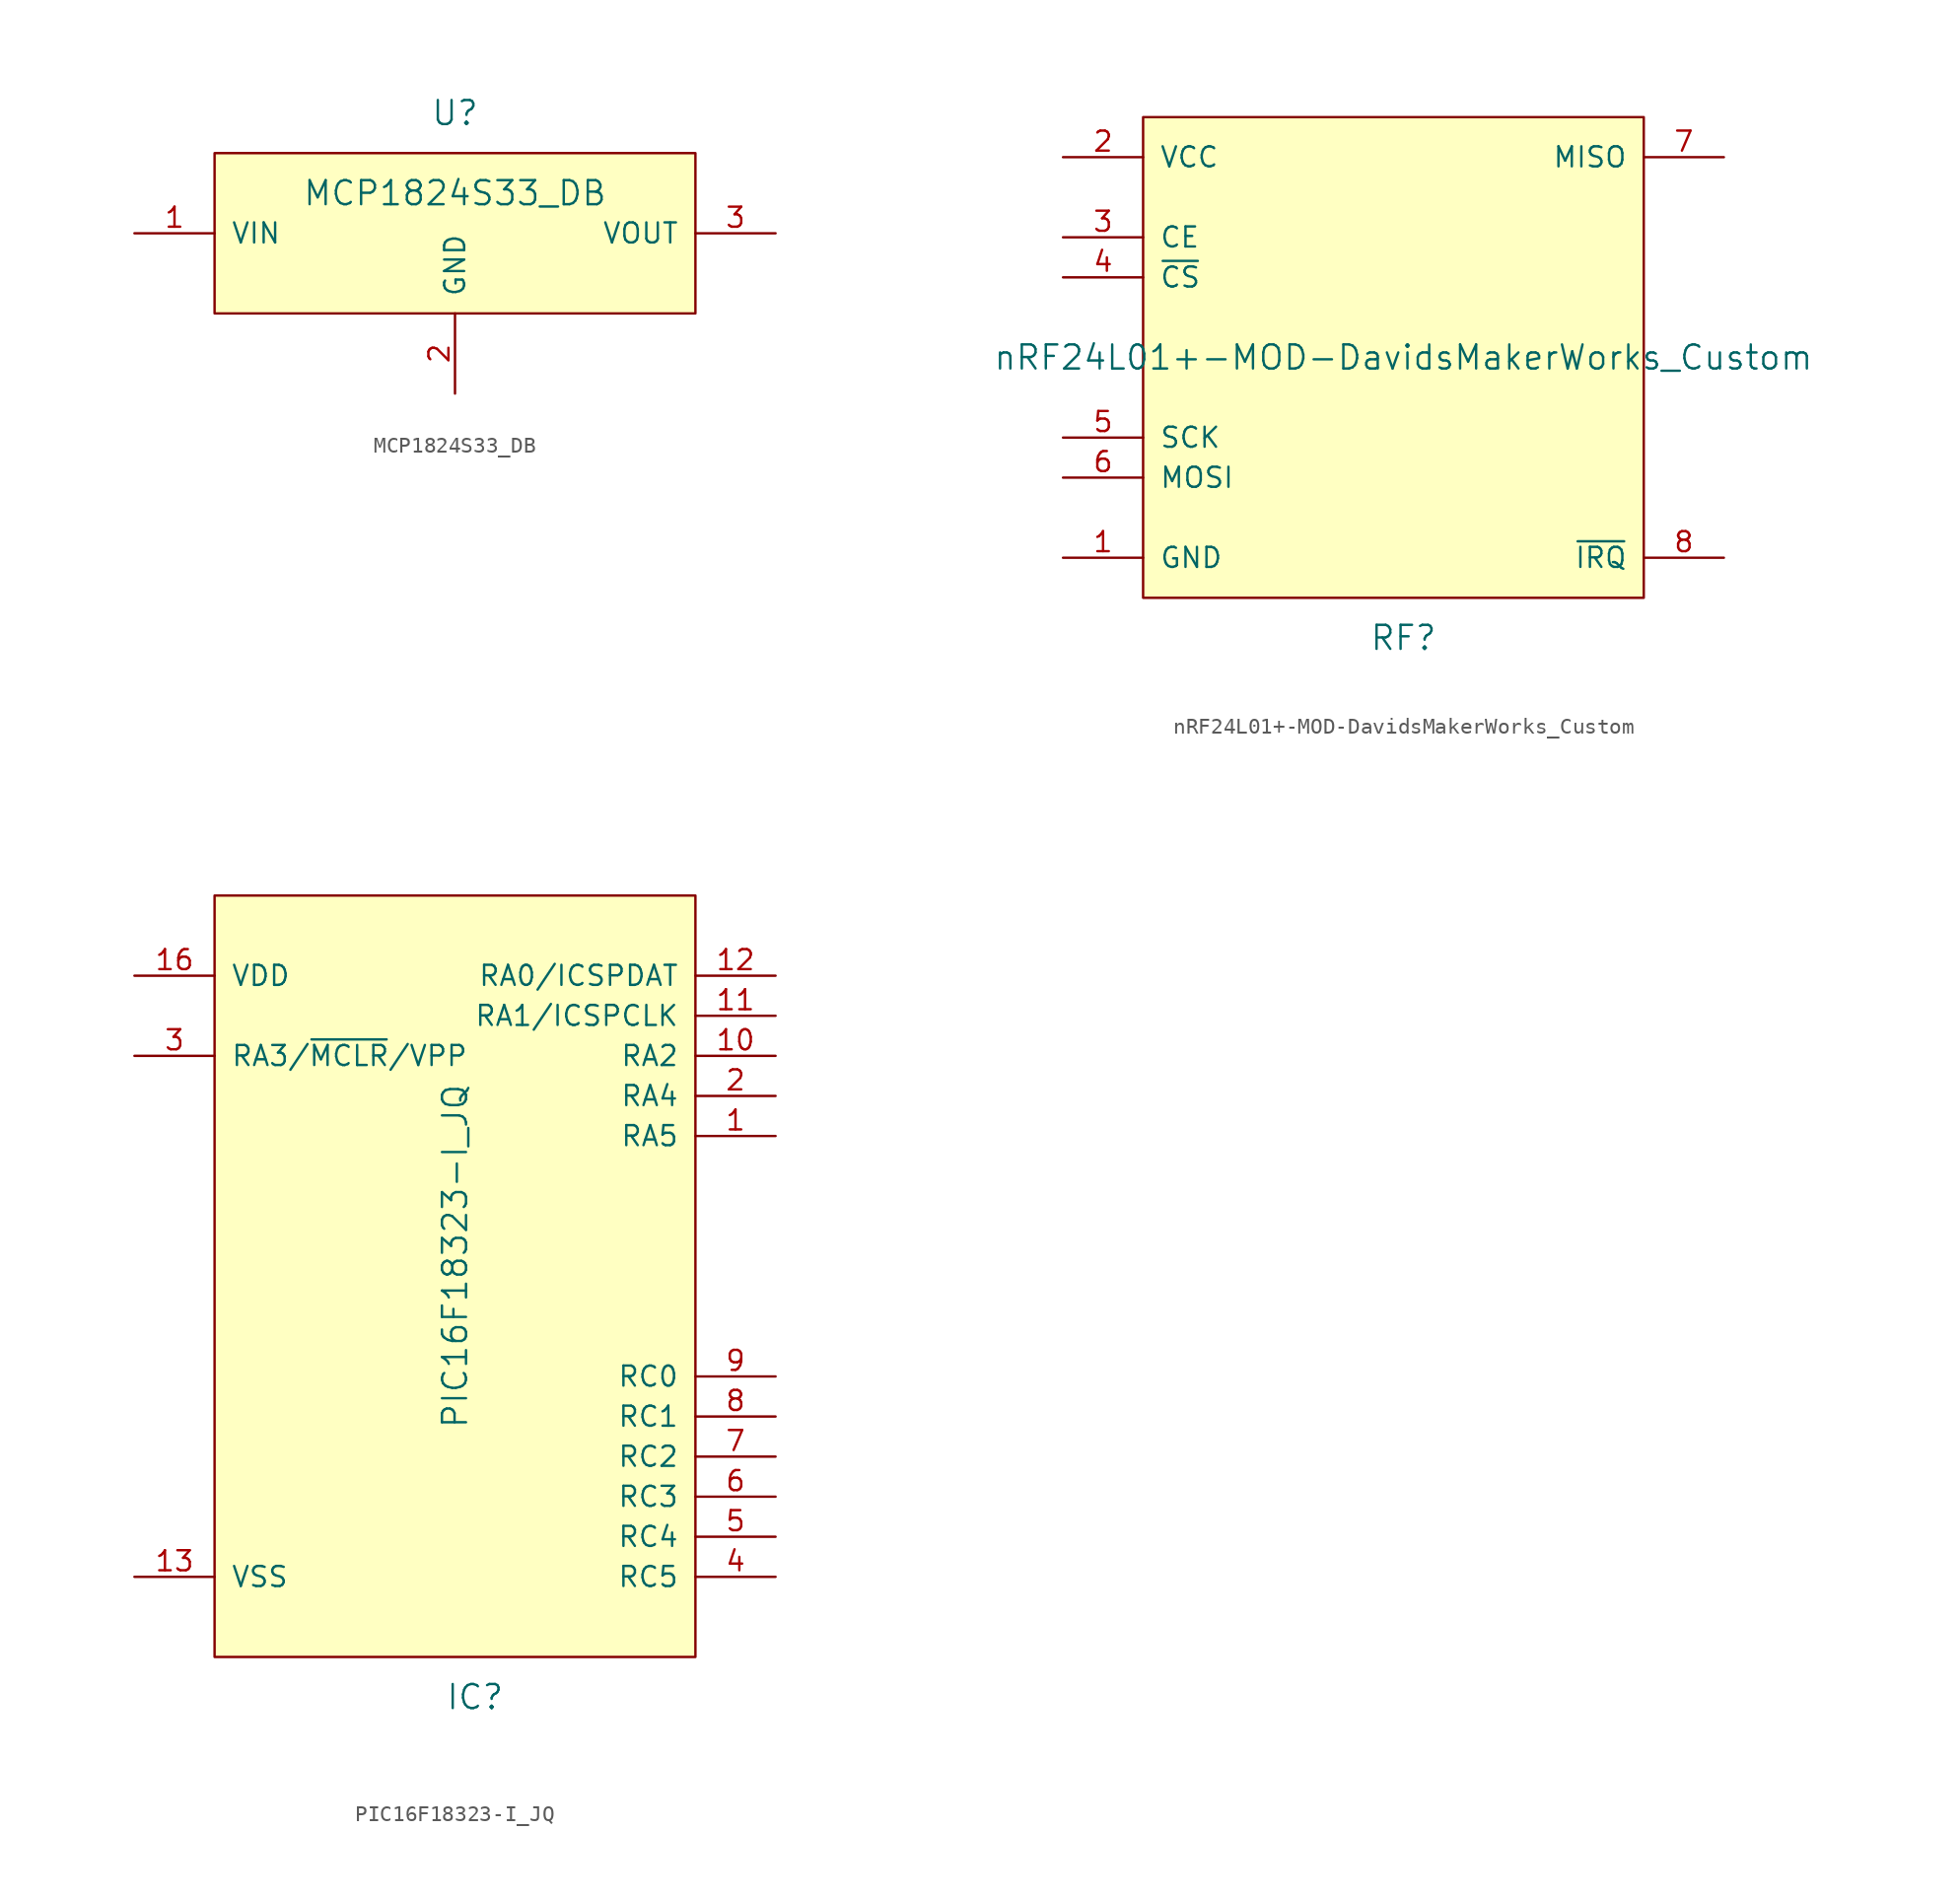
<source format=kicad_sym>
(kicad_symbol_lib
  (version 20220914)
  (generator kicad_symbol_editor)
  (symbol "MCP1824S33_DB"
    (pin_names
      (offset 1.016))
    (property "Reference" "U"
      (at 0 7.62 0)
      (effects (font (size 1.524 1.524))))
    (property "Value" "MCP1824S33_DB"
      (at 0 2.54 0)
      (effects (font (size 1.524 1.524))))
    (property "Footprint" ""
      (at 0 0 0)
      (effects (font (size 1.524 1.524))))
    (property "Datasheet" ""
      (at 0 0 0)
      (effects (font (size 1.524 1.524))))
    (symbol "MCP1824S33_DB_0_1"
      (rectangle (start -15.24 5.08) (end 15.24 -5.08) (stroke (width 0) (type solid)) (fill (type background))))
    (symbol "MCP1824S33_DB_1_1"
      (pin power_in line (at -20.32 0 0) (length 5.08) (name "VIN" (effects (font (size 1.27 1.27)))) (number "1" (effects (font (size 1.27 1.27)))))
      (pin power_out line (at 0 -10.16 90) (length 5.08) (name "GND" (effects (font (size 1.27 1.27)))) (number "2" (effects (font (size 1.27 1.27)))))
      (pin power_out line (at 20.32 0 180) (length 5.08) (name "VOUT" (effects (font (size 1.27 1.27)))) (number "3" (effects (font (size 1.27 1.27)))))
      (pin power_out line (at 3.81 -10.16 90) (length 5.08) hide (name "GND" (effects (font (size 1.27 1.27)))) (number "4" (effects (font (size 1.27 1.27)))))))
  (symbol "nRF24L01+-MOD-DavidsMakerWorks_Custom"
    (pin_names
      (offset 1.016))
    (property "Reference" "RF"
      (at 0 -17.78 0)
      (effects (font (size 1.524 1.524))))
    (property "Value" "nRF24L01+-MOD-DavidsMakerWorks_Custom"
      (at 0 0 0)
      (effects (font (size 1.524 1.524))))
    (property "Footprint" ""
      (at 0 0 0)
      (effects (font (size 1.524 1.524))))
    (property "Datasheet" ""
      (at 0 0 0)
      (effects (font (size 1.524 1.524))))
    (symbol "nRF24L01+-MOD-DavidsMakerWorks_Custom_0_1"
      (rectangle (start -16.51 15.24) (end 15.24 -15.24) (stroke (width 0) (type solid)) (fill (type background))))
    (symbol "nRF24L01+-MOD-DavidsMakerWorks_Custom_1_1"
      (pin power_out line (at -21.59 -12.7 0) (length 5.08) (name "GND" (effects (font (size 1.27 1.27)))) (number "1" (effects (font (size 1.27 1.27)))))
      (pin power_in line (at -21.59 12.7 0) (length 5.08) (name "VCC" (effects (font (size 1.27 1.27)))) (number "2" (effects (font (size 1.27 1.27)))))
      (pin input line (at -21.59 7.62 0) (length 5.08) (name "CE" (effects (font (size 1.27 1.27)))) (number "3" (effects (font (size 1.27 1.27)))))
      (pin input line (at -21.59 5.08 0) (length 5.08) (name "~{CS}" (effects (font (size 1.27 1.27)))) (number "4" (effects (font (size 1.27 1.27)))))
      (pin input line (at -21.59 -5.08 0) (length 5.08) (name "SCK" (effects (font (size 1.27 1.27)))) (number "5" (effects (font (size 1.27 1.27)))))
      (pin input line (at -21.59 -7.62 0) (length 5.08) (name "MOSI" (effects (font (size 1.27 1.27)))) (number "6" (effects (font (size 1.27 1.27)))))
      (pin output line (at 20.32 12.7 180) (length 5.08) (name "MISO" (effects (font (size 1.27 1.27)))) (number "7" (effects (font (size 1.27 1.27)))))
      (pin output line (at 20.32 -12.7 180) (length 5.08) (name "~{IRQ}" (effects (font (size 1.27 1.27)))) (number "8" (effects (font (size 1.27 1.27)))))))
  (symbol "PIC16F18323-I_JQ"
    (pin_names
      (offset 1.016))
    (property "Reference" "IC"
      (at 1.27 -27.94 0)
      (effects (font (size 1.524 1.524))))
    (property "Value" "PIC16F18323-I_JQ"
      (at 0 0 90)
      (effects (font (size 1.524 1.524))))
    (property "Footprint" ""
      (at 1.27 -17.78 0)
      (effects (font (size 1.524 1.524))))
    (property "Datasheet" ""
      (at 1.27 -17.78 0)
      (effects (font (size 1.524 1.524))))
    (symbol "PIC16F18323-I_JQ_0_1"
      (rectangle (start -15.24 22.86) (end 15.24 -25.4) (stroke (width 0) (type solid)) (fill (type background))))
    (symbol "PIC16F18323-I_JQ_1_1"
      (pin bidirectional line (at 20.32 7.62 180) (length 5.08) (name "RA5" (effects (font (size 1.27 1.27)))) (number "1" (effects (font (size 1.27 1.27)))))
      (pin bidirectional line (at 20.32 12.7 180) (length 5.08) (name "RA2" (effects (font (size 1.27 1.27)))) (number "10" (effects (font (size 1.27 1.27)))))
      (pin bidirectional line (at 20.32 15.24 180) (length 5.08) (name "RA1/ICSPCLK" (effects (font (size 1.27 1.27)))) (number "11" (effects (font (size 1.27 1.27)))))
      (pin bidirectional line (at 20.32 17.78 180) (length 5.08) (name "RA0/ICSPDAT" (effects (font (size 1.27 1.27)))) (number "12" (effects (font (size 1.27 1.27)))))
      (pin bidirectional line (at -20.32 -20.32 0) (length 5.08) (name "VSS" (effects (font (size 1.27 1.27)))) (number "13" (effects (font (size 1.27 1.27)))))
      (pin no_connect line (at -20.32 1.27 0) (length 5.08) hide (name "NC" (effects (font (size 1.27 1.27)))) (number "14" (effects (font (size 1.27 1.27)))))
      (pin no_connect line (at -20.32 -1.27 0) (length 5.08) hide (name "NC" (effects (font (size 1.27 1.27)))) (number "15" (effects (font (size 1.27 1.27)))))
      (pin power_in line (at -20.32 17.78 0) (length 5.08) (name "VDD" (effects (font (size 1.27 1.27)))) (number "16" (effects (font (size 1.27 1.27)))))
      (pin bidirectional line (at 20.32 10.16 180) (length 5.08) (name "RA4" (effects (font (size 1.27 1.27)))) (number "2" (effects (font (size 1.27 1.27)))))
      (pin bidirectional line (at -20.32 12.7 0) (length 5.08) (name "RA3/~{MCLR}/VPP" (effects (font (size 1.27 1.27)))) (number "3" (effects (font (size 1.27 1.27)))))
      (pin bidirectional line (at 20.32 -20.32 180) (length 5.08) (name "RC5" (effects (font (size 1.27 1.27)))) (number "4" (effects (font (size 1.27 1.27)))))
      (pin bidirectional line (at 20.32 -17.78 180) (length 5.08) (name "RC4" (effects (font (size 1.27 1.27)))) (number "5" (effects (font (size 1.27 1.27)))))
      (pin bidirectional line (at 20.32 -15.24 180) (length 5.08) (name "RC3" (effects (font (size 1.27 1.27)))) (number "6" (effects (font (size 1.27 1.27)))))
      (pin bidirectional line (at 20.32 -12.7 180) (length 5.08) (name "RC2" (effects (font (size 1.27 1.27)))) (number "7" (effects (font (size 1.27 1.27)))))
      (pin bidirectional line (at 20.32 -10.16 180) (length 5.08) (name "RC1" (effects (font (size 1.27 1.27)))) (number "8" (effects (font (size 1.27 1.27)))))
      (pin bidirectional line (at 20.32 -7.62 180) (length 5.08) (name "RC0" (effects (font (size 1.27 1.27)))) (number "9" (effects (font (size 1.27 1.27))))))))
</source>
